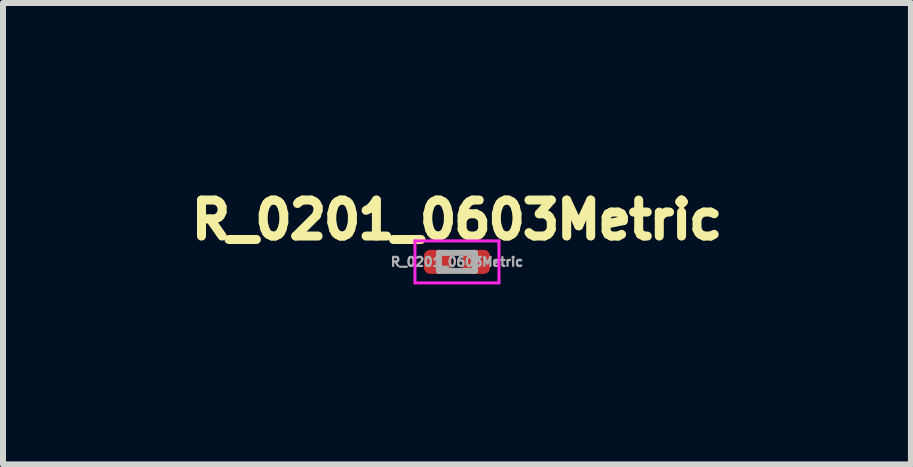
<source format=kicad_pcb>
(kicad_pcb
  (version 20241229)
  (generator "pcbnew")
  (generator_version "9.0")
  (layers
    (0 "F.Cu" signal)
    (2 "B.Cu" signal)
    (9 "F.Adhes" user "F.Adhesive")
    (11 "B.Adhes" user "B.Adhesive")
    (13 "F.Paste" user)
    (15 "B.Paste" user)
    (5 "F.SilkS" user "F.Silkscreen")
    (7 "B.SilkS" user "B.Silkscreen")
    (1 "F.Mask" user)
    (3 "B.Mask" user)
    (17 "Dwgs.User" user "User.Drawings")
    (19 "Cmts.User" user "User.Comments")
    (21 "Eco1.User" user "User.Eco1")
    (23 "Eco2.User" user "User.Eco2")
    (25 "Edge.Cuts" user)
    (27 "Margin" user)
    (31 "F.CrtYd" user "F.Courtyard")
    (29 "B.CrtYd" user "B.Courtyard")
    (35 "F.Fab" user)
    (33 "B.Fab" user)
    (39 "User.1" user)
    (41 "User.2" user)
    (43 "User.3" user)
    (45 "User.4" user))
  (footprint "R_0201_0603Metric"
    (layer "F.Cu")
    (at 4.565 1.314)
    (property "Reference" "R_0201_0603Metric" (at 0 -0.7 0) (layer "F.SilkS") (effects (font (size 0.6 0.6) (thickness 0.15))))
    (attr smd)
    (fp_line (start -0.7 -0.35) (end 0.7 -0.35) (stroke (width 0.05) (type solid)) (layer "F.CrtYd"))
    (fp_line (start -0.7 0.35) (end -0.7 -0.35) (stroke (width 0.05) (type solid)) (layer "F.CrtYd"))
    (fp_line (start 0.7 -0.35) (end 0.7 0.35) (stroke (width 0.05) (type solid)) (layer "F.CrtYd"))
    (fp_line (start 0.7 0.35) (end -0.7 0.35) (stroke (width 0.05) (type solid)) (layer "F.CrtYd"))
    (fp_line (start -0.3 -0.15) (end 0.3 -0.15) (stroke (width 0.1) (type solid)) (layer "F.Fab"))
    (fp_line (start -0.3 0.15) (end -0.3 -0.15) (stroke (width 0.1) (type solid)) (layer "F.Fab"))
    (fp_line (start 0.3 -0.15) (end 0.3 0.15) (stroke (width 0.1) (type solid)) (layer "F.Fab"))
    (fp_line (start 0.3 0.15) (end -0.3 0.15) (stroke (width 0.1) (type solid)) (layer "F.Fab"))
    (fp_text user "${REFERENCE}" (at 0 0 0) (layer "F.Fab") (effects (font (size 0.15 0.15) (thickness 0.037))))
    (pad "" smd roundrect (at -0.345 0) (size 0.318 0.36) (layers "F.Paste") (roundrect_rratio 0.25))
    (pad "" smd roundrect (at 0.345 0) (size 0.318 0.36) (layers "F.Paste") (roundrect_rratio 0.25))
    (pad "1" smd roundrect (at -0.32 0) (size 0.46 0.4) (layers "F.Cu" "F.Mask") (roundrect_rratio 0.25))
    (pad "2" smd roundrect (at 0.32 0) (size 0.46 0.4) (layers "F.Cu" "F.Mask") (roundrect_rratio 0.25)))
  (gr_rect
    (start -3 -3)
    (end 12.13 4.689)
    (stroke (width 0.1) (type default))
    (fill no)
    (layer "Edge.Cuts")))
</source>
